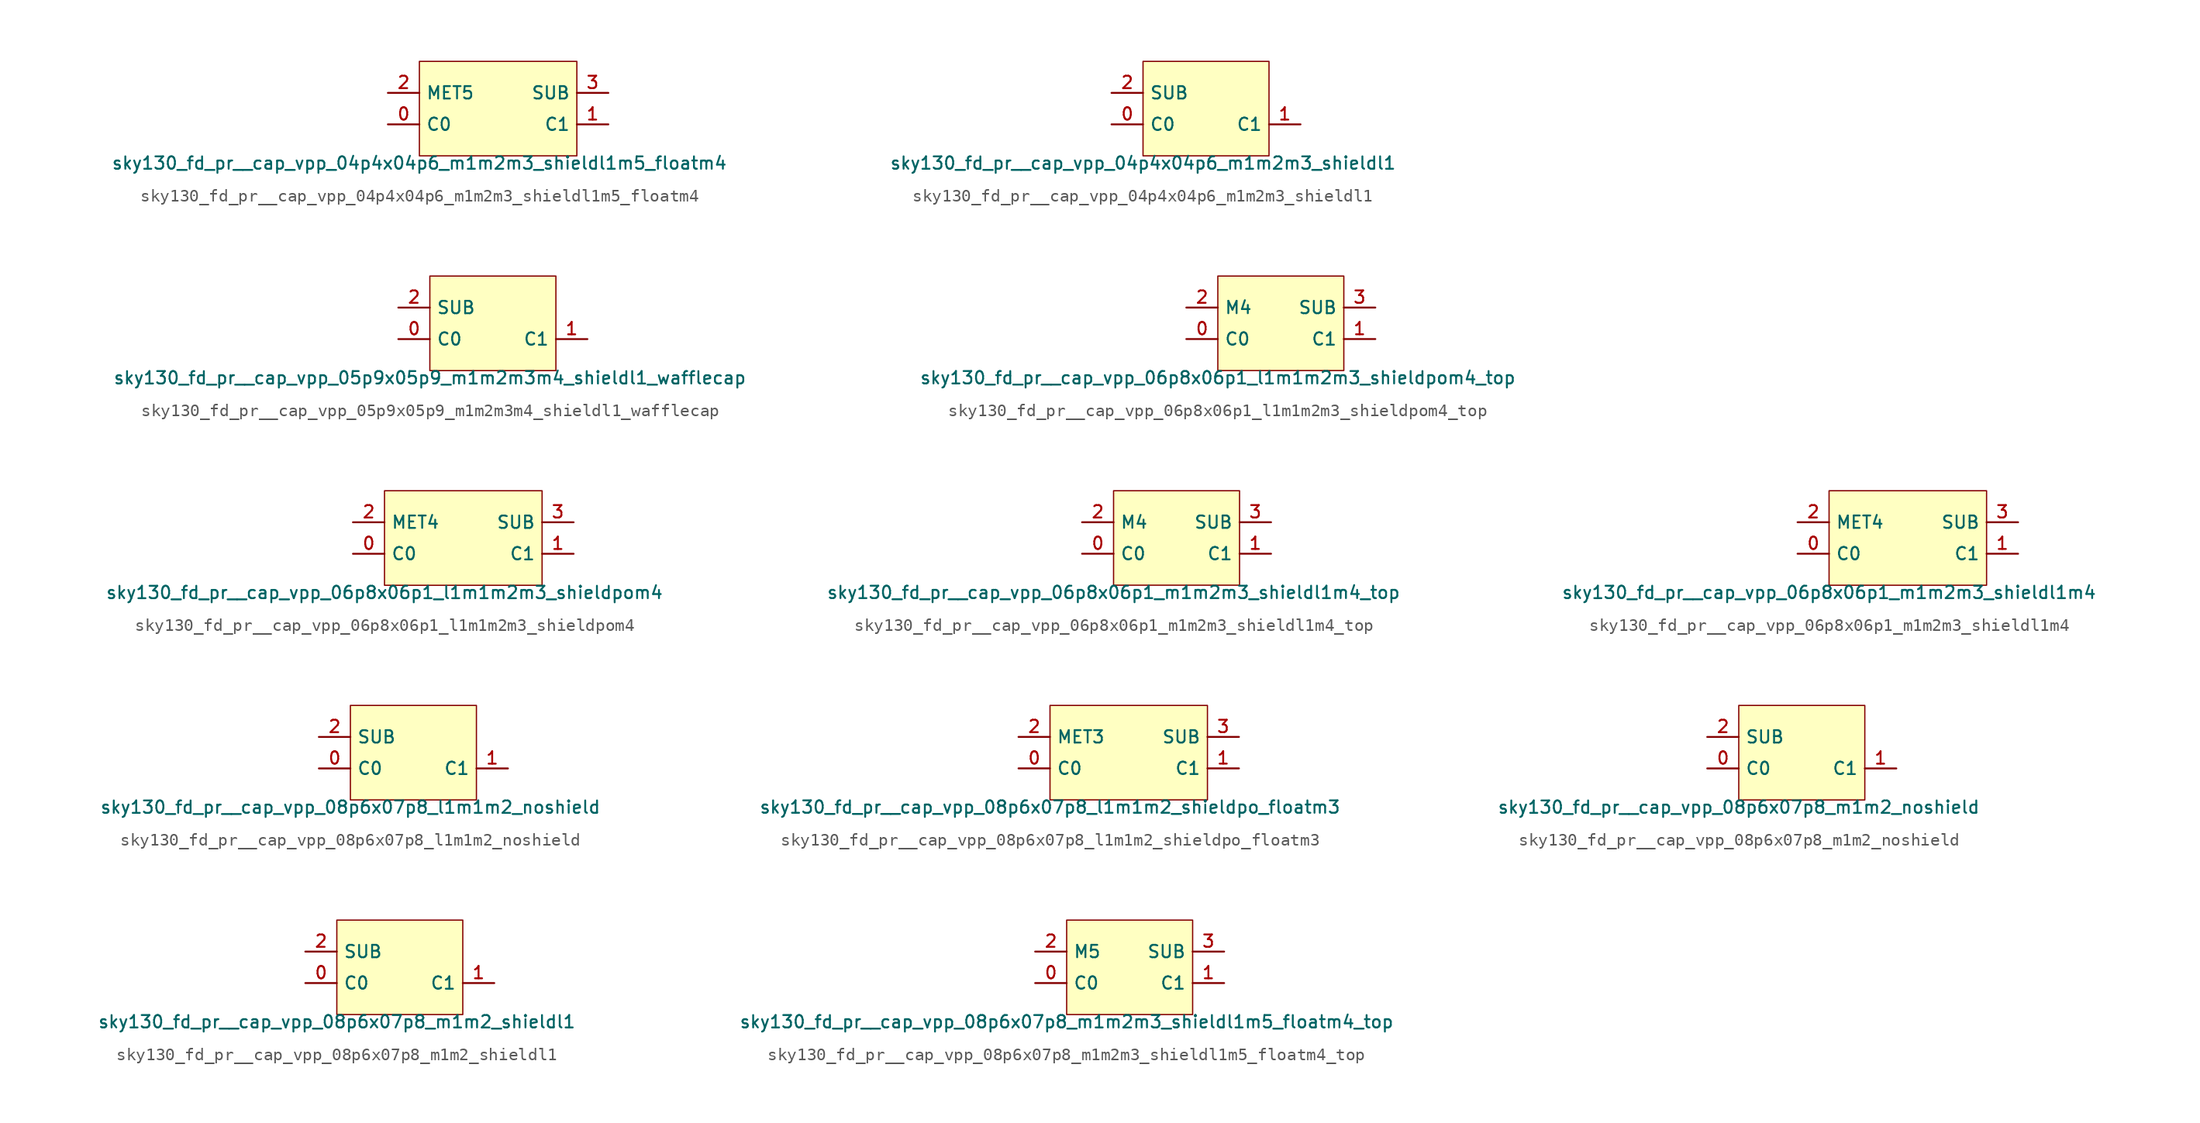
<source format=kicad_sym>
(kicad_symbol_lib
  (version 20211014)
  (generator lef2kicad_sym)
  (symbol "sky130_fd_pr__cap_vpp_04p4x04p6_m1m2m3_shieldl1m5_floatm4"
    (property "Reference" "X"
      (at 0 0 0)
      (effects (font (size 1 1)) hide))
    (property "Value" "sky130_fd_pr__cap_vpp_04p4x04p6_m1m2m3_shieldl1m5_floatm4"
      (at -6.35 -3.81 0)
      (effects (font (size 1 1)) (justify top)))
    (rectangle
      (start -6.35 -3.81)
      (end 6.35 3.81)
      (stroke (width 0.1) (type solid) (color 0 0 0 0))
      (fill (type background)))
    (pin bidirectional line
      (at -8.89 -1.27 0)
      (length 2.54)
      (name "C0" (effects (font (size 1 1)) hide))
      (number "0" (effects (font (size 1 1)) hide)))
    (pin bidirectional line
      (at 8.89 -1.27 180)
      (length 2.54)
      (name "C1" (effects (font (size 1 1)) hide))
      (number "1" (effects (font (size 1 1)) hide)))
    (pin bidirectional line
      (at -8.89 1.27 0)
      (length 2.54)
      (name "MET5" (effects (font (size 1 1)) hide))
      (number "2" (effects (font (size 1 1)) hide)))
    (pin bidirectional line
      (at 8.89 1.27 180)
      (length 2.54)
      (name "SUB" (effects (font (size 1 1)) hide))
      (number "3" (effects (font (size 1 1)) hide))))
  (symbol "sky130_fd_pr__cap_vpp_04p4x04p6_m1m2m3_shieldl1"
    (property "Reference" "X"
      (at 0 0 0)
      (effects (font (size 1 1)) hide))
    (property "Value" "sky130_fd_pr__cap_vpp_04p4x04p6_m1m2m3_shieldl1"
      (at -5.08 -3.81 0)
      (effects (font (size 1 1)) (justify top)))
    (rectangle
      (start -5.08 -3.81)
      (end 5.08 3.81)
      (stroke (width 0.1) (type solid) (color 0 0 0 0))
      (fill (type background)))
    (pin bidirectional line
      (at -7.62 -1.27 0)
      (length 2.54)
      (name "C0" (effects (font (size 1 1)) hide))
      (number "0" (effects (font (size 1 1)) hide)))
    (pin bidirectional line
      (at 7.62 -1.27 180)
      (length 2.54)
      (name "C1" (effects (font (size 1 1)) hide))
      (number "1" (effects (font (size 1 1)) hide)))
    (pin bidirectional line
      (at -7.62 1.27 0)
      (length 2.54)
      (name "SUB" (effects (font (size 1 1)) hide))
      (number "2" (effects (font (size 1 1)) hide))))
  (symbol "sky130_fd_pr__cap_vpp_05p9x05p9_m1m2m3m4_shieldl1_wafflecap"
    (property "Reference" "X"
      (at 0 0 0)
      (effects (font (size 1 1)) hide))
    (property "Value" "sky130_fd_pr__cap_vpp_05p9x05p9_m1m2m3m4_shieldl1_wafflecap"
      (at -5.08 -3.81 0)
      (effects (font (size 1 1)) (justify top)))
    (rectangle
      (start -5.08 -3.81)
      (end 5.08 3.81)
      (stroke (width 0.1) (type solid) (color 0 0 0 0))
      (fill (type background)))
    (pin bidirectional line
      (at -7.62 -1.27 0)
      (length 2.54)
      (name "C0" (effects (font (size 1 1)) hide))
      (number "0" (effects (font (size 1 1)) hide)))
    (pin bidirectional line
      (at 7.62 -1.27 180)
      (length 2.54)
      (name "C1" (effects (font (size 1 1)) hide))
      (number "1" (effects (font (size 1 1)) hide)))
    (pin bidirectional line
      (at -7.62 1.27 0)
      (length 2.54)
      (name "SUB" (effects (font (size 1 1)) hide))
      (number "2" (effects (font (size 1 1)) hide))))
  (symbol "sky130_fd_pr__cap_vpp_06p8x06p1_l1m1m2m3_shieldpom4_top"
    (property "Reference" "X"
      (at 0 0 0)
      (effects (font (size 1 1)) hide))
    (property "Value" "sky130_fd_pr__cap_vpp_06p8x06p1_l1m1m2m3_shieldpom4_top"
      (at -5.08 -3.81 0)
      (effects (font (size 1 1)) (justify top)))
    (rectangle
      (start -5.08 -3.81)
      (end 5.08 3.81)
      (stroke (width 0.1) (type solid) (color 0 0 0 0))
      (fill (type background)))
    (pin bidirectional line
      (at -7.62 -1.27 0)
      (length 2.54)
      (name "C0" (effects (font (size 1 1)) hide))
      (number "0" (effects (font (size 1 1)) hide)))
    (pin bidirectional line
      (at 7.62 -1.27 180)
      (length 2.54)
      (name "C1" (effects (font (size 1 1)) hide))
      (number "1" (effects (font (size 1 1)) hide)))
    (pin bidirectional line
      (at -7.62 1.27 0)
      (length 2.54)
      (name "M4" (effects (font (size 1 1)) hide))
      (number "2" (effects (font (size 1 1)) hide)))
    (pin bidirectional line
      (at 7.62 1.27 180)
      (length 2.54)
      (name "SUB" (effects (font (size 1 1)) hide))
      (number "3" (effects (font (size 1 1)) hide))))
  (symbol "sky130_fd_pr__cap_vpp_06p8x06p1_l1m1m2m3_shieldpom4"
    (property "Reference" "X"
      (at 0 0 0)
      (effects (font (size 1 1)) hide))
    (property "Value" "sky130_fd_pr__cap_vpp_06p8x06p1_l1m1m2m3_shieldpom4"
      (at -6.35 -3.81 0)
      (effects (font (size 1 1)) (justify top)))
    (rectangle
      (start -6.35 -3.81)
      (end 6.35 3.81)
      (stroke (width 0.1) (type solid) (color 0 0 0 0))
      (fill (type background)))
    (pin bidirectional line
      (at -8.89 -1.27 0)
      (length 2.54)
      (name "C0" (effects (font (size 1 1)) hide))
      (number "0" (effects (font (size 1 1)) hide)))
    (pin bidirectional line
      (at 8.89 -1.27 180)
      (length 2.54)
      (name "C1" (effects (font (size 1 1)) hide))
      (number "1" (effects (font (size 1 1)) hide)))
    (pin bidirectional line
      (at -8.89 1.27 0)
      (length 2.54)
      (name "MET4" (effects (font (size 1 1)) hide))
      (number "2" (effects (font (size 1 1)) hide)))
    (pin bidirectional line
      (at 8.89 1.27 180)
      (length 2.54)
      (name "SUB" (effects (font (size 1 1)) hide))
      (number "3" (effects (font (size 1 1)) hide))))
  (symbol "sky130_fd_pr__cap_vpp_06p8x06p1_m1m2m3_shieldl1m4_top"
    (property "Reference" "X"
      (at 0 0 0)
      (effects (font (size 1 1)) hide))
    (property "Value" "sky130_fd_pr__cap_vpp_06p8x06p1_m1m2m3_shieldl1m4_top"
      (at -5.08 -3.81 0)
      (effects (font (size 1 1)) (justify top)))
    (rectangle
      (start -5.08 -3.81)
      (end 5.08 3.81)
      (stroke (width 0.1) (type solid) (color 0 0 0 0))
      (fill (type background)))
    (pin bidirectional line
      (at -7.62 -1.27 0)
      (length 2.54)
      (name "C0" (effects (font (size 1 1)) hide))
      (number "0" (effects (font (size 1 1)) hide)))
    (pin bidirectional line
      (at 7.62 -1.27 180)
      (length 2.54)
      (name "C1" (effects (font (size 1 1)) hide))
      (number "1" (effects (font (size 1 1)) hide)))
    (pin bidirectional line
      (at -7.62 1.27 0)
      (length 2.54)
      (name "M4" (effects (font (size 1 1)) hide))
      (number "2" (effects (font (size 1 1)) hide)))
    (pin bidirectional line
      (at 7.62 1.27 180)
      (length 2.54)
      (name "SUB" (effects (font (size 1 1)) hide))
      (number "3" (effects (font (size 1 1)) hide))))
  (symbol "sky130_fd_pr__cap_vpp_06p8x06p1_m1m2m3_shieldl1m4"
    (property "Reference" "X"
      (at 0 0 0)
      (effects (font (size 1 1)) hide))
    (property "Value" "sky130_fd_pr__cap_vpp_06p8x06p1_m1m2m3_shieldl1m4"
      (at -6.35 -3.81 0)
      (effects (font (size 1 1)) (justify top)))
    (rectangle
      (start -6.35 -3.81)
      (end 6.35 3.81)
      (stroke (width 0.1) (type solid) (color 0 0 0 0))
      (fill (type background)))
    (pin bidirectional line
      (at -8.89 -1.27 0)
      (length 2.54)
      (name "C0" (effects (font (size 1 1)) hide))
      (number "0" (effects (font (size 1 1)) hide)))
    (pin bidirectional line
      (at 8.89 -1.27 180)
      (length 2.54)
      (name "C1" (effects (font (size 1 1)) hide))
      (number "1" (effects (font (size 1 1)) hide)))
    (pin bidirectional line
      (at -8.89 1.27 0)
      (length 2.54)
      (name "MET4" (effects (font (size 1 1)) hide))
      (number "2" (effects (font (size 1 1)) hide)))
    (pin bidirectional line
      (at 8.89 1.27 180)
      (length 2.54)
      (name "SUB" (effects (font (size 1 1)) hide))
      (number "3" (effects (font (size 1 1)) hide))))
  (symbol "sky130_fd_pr__cap_vpp_08p6x07p8_l1m1m2_noshield"
    (property "Reference" "X"
      (at 0 0 0)
      (effects (font (size 1 1)) hide))
    (property "Value" "sky130_fd_pr__cap_vpp_08p6x07p8_l1m1m2_noshield"
      (at -5.08 -3.81 0)
      (effects (font (size 1 1)) (justify top)))
    (rectangle
      (start -5.08 -3.81)
      (end 5.08 3.81)
      (stroke (width 0.1) (type solid) (color 0 0 0 0))
      (fill (type background)))
    (pin bidirectional line
      (at -7.62 -1.27 0)
      (length 2.54)
      (name "C0" (effects (font (size 1 1)) hide))
      (number "0" (effects (font (size 1 1)) hide)))
    (pin bidirectional line
      (at 7.62 -1.27 180)
      (length 2.54)
      (name "C1" (effects (font (size 1 1)) hide))
      (number "1" (effects (font (size 1 1)) hide)))
    (pin bidirectional line
      (at -7.62 1.27 0)
      (length 2.54)
      (name "SUB" (effects (font (size 1 1)) hide))
      (number "2" (effects (font (size 1 1)) hide))))
  (symbol "sky130_fd_pr__cap_vpp_08p6x07p8_l1m1m2_shieldpo_floatm3"
    (property "Reference" "X"
      (at 0 0 0)
      (effects (font (size 1 1)) hide))
    (property "Value" "sky130_fd_pr__cap_vpp_08p6x07p8_l1m1m2_shieldpo_floatm3"
      (at -6.35 -3.81 0)
      (effects (font (size 1 1)) (justify top)))
    (rectangle
      (start -6.35 -3.81)
      (end 6.35 3.81)
      (stroke (width 0.1) (type solid) (color 0 0 0 0))
      (fill (type background)))
    (pin bidirectional line
      (at -8.89 -1.27 0)
      (length 2.54)
      (name "C0" (effects (font (size 1 1)) hide))
      (number "0" (effects (font (size 1 1)) hide)))
    (pin bidirectional line
      (at 8.89 -1.27 180)
      (length 2.54)
      (name "C1" (effects (font (size 1 1)) hide))
      (number "1" (effects (font (size 1 1)) hide)))
    (pin bidirectional line
      (at -8.89 1.27 0)
      (length 2.54)
      (name "MET3" (effects (font (size 1 1)) hide))
      (number "2" (effects (font (size 1 1)) hide)))
    (pin bidirectional line
      (at 8.89 1.27 180)
      (length 2.54)
      (name "SUB" (effects (font (size 1 1)) hide))
      (number "3" (effects (font (size 1 1)) hide))))
  (symbol "sky130_fd_pr__cap_vpp_08p6x07p8_m1m2_noshield"
    (property "Reference" "X"
      (at 0 0 0)
      (effects (font (size 1 1)) hide))
    (property "Value" "sky130_fd_pr__cap_vpp_08p6x07p8_m1m2_noshield"
      (at -5.08 -3.81 0)
      (effects (font (size 1 1)) (justify top)))
    (rectangle
      (start -5.08 -3.81)
      (end 5.08 3.81)
      (stroke (width 0.1) (type solid) (color 0 0 0 0))
      (fill (type background)))
    (pin bidirectional line
      (at -7.62 -1.27 0)
      (length 2.54)
      (name "C0" (effects (font (size 1 1)) hide))
      (number "0" (effects (font (size 1 1)) hide)))
    (pin bidirectional line
      (at 7.62 -1.27 180)
      (length 2.54)
      (name "C1" (effects (font (size 1 1)) hide))
      (number "1" (effects (font (size 1 1)) hide)))
    (pin bidirectional line
      (at -7.62 1.27 0)
      (length 2.54)
      (name "SUB" (effects (font (size 1 1)) hide))
      (number "2" (effects (font (size 1 1)) hide))))
  (symbol "sky130_fd_pr__cap_vpp_08p6x07p8_m1m2_shieldl1"
    (property "Reference" "X"
      (at 0 0 0)
      (effects (font (size 1 1)) hide))
    (property "Value" "sky130_fd_pr__cap_vpp_08p6x07p8_m1m2_shieldl1"
      (at -5.08 -3.81 0)
      (effects (font (size 1 1)) (justify top)))
    (rectangle
      (start -5.08 -3.81)
      (end 5.08 3.81)
      (stroke (width 0.1) (type solid) (color 0 0 0 0))
      (fill (type background)))
    (pin bidirectional line
      (at -7.62 -1.27 0)
      (length 2.54)
      (name "C0" (effects (font (size 1 1)) hide))
      (number "0" (effects (font (size 1 1)) hide)))
    (pin bidirectional line
      (at 7.62 -1.27 180)
      (length 2.54)
      (name "C1" (effects (font (size 1 1)) hide))
      (number "1" (effects (font (size 1 1)) hide)))
    (pin bidirectional line
      (at -7.62 1.27 0)
      (length 2.54)
      (name "SUB" (effects (font (size 1 1)) hide))
      (number "2" (effects (font (size 1 1)) hide))))
  (symbol "sky130_fd_pr__cap_vpp_08p6x07p8_m1m2m3_shieldl1m5_floatm4_top"
    (property "Reference" "X"
      (at 0 0 0)
      (effects (font (size 1 1)) hide))
    (property "Value" "sky130_fd_pr__cap_vpp_08p6x07p8_m1m2m3_shieldl1m5_floatm4_top"
      (at -5.08 -3.81 0)
      (effects (font (size 1 1)) (justify top)))
    (rectangle
      (start -5.08 -3.81)
      (end 5.08 3.81)
      (stroke (width 0.1) (type solid) (color 0 0 0 0))
      (fill (type background)))
    (pin bidirectional line
      (at -7.62 -1.27 0)
      (length 2.54)
      (name "C0" (effects (font (size 1 1)) hide))
      (number "0" (effects (font (size 1 1)) hide)))
    (pin bidirectional line
      (at 7.62 -1.27 180)
      (length 2.54)
      (name "C1" (effects (font (size 1 1)) hide))
      (number "1" (effects (font (size 1 1)) hide)))
    (pin bidirectional line
      (at -7.62 1.27 0)
      (length 2.54)
      (name "M5" (effects (font (size 1 1)) hide))
      (number "2" (effects (font (size 1 1)) hide)))
    (pin bidirectional line
      (at 7.62 1.27 180)
      (length 2.54)
      (name "SUB" (effects (font (size 1 1)) hide))
      (number "3" (effects (font (size 1 1)) hide)))))
</source>
